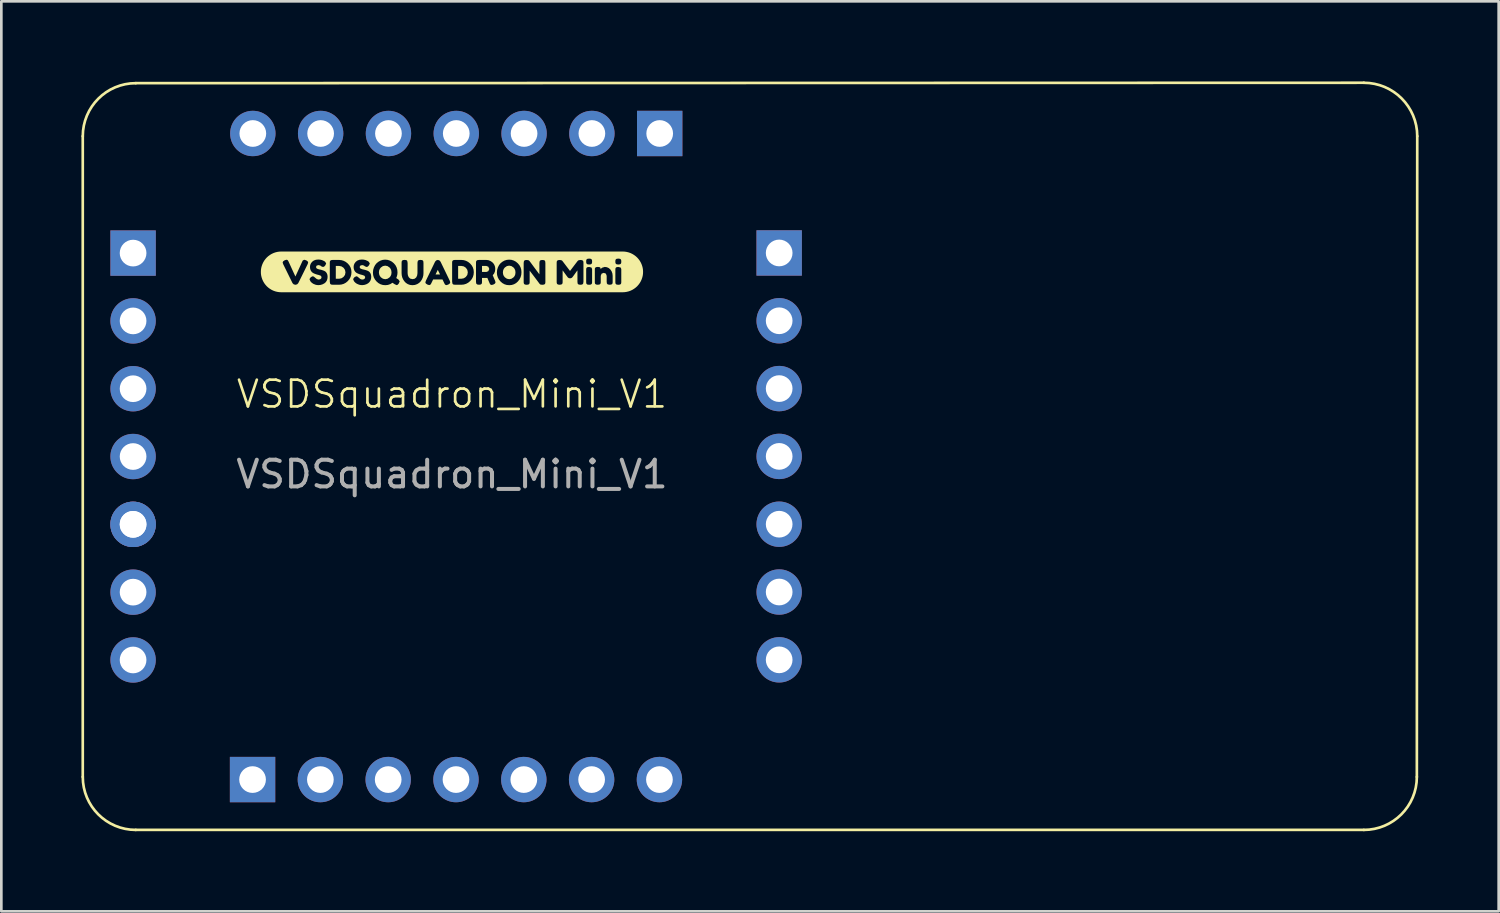
<source format=kicad_pcb>
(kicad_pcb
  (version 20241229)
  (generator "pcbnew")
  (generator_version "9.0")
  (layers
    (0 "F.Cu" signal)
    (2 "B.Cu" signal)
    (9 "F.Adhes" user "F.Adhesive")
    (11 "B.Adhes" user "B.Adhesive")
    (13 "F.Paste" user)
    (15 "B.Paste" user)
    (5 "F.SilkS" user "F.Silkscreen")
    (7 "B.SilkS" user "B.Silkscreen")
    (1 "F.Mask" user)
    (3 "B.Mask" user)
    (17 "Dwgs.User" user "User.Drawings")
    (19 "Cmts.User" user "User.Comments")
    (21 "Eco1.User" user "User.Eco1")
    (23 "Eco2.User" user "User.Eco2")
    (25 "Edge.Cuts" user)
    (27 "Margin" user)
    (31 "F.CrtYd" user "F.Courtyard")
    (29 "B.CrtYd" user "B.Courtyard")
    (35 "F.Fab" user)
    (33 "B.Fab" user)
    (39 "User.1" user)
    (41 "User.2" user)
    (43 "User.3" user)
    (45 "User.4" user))
  (footprint "VSDSquadron_Mini_V1"
    (layer "F.Cu")
    (at 13.879 12.214)
    (property "Reference" "VSDSquadron_Mini_V1" (at 0 -0.5 0) (unlocked yes) (layer "F.SilkS") (effects (font (size 1 1) (thickness 0.1))))
    (attr smd)
    (fp_line (start -13.829 -10.164) (end -13.829 13.836) (stroke (width 0.1) (type default)) (layer "F.SilkS"))
    (fp_line (start -11.844 15.821) (end 34.156 15.821) (stroke (width 0.1) (type default)) (layer "F.SilkS"))
    (fp_line (start 34.156 -12.164) (end -11.844 -12.149) (stroke (width 0.1) (type default)) (layer "F.SilkS"))
    (fp_line (start 36.141 13.836) (end 36.156 -10.164) (stroke (width 0.1) (type default)) (layer "F.SilkS"))
    (fp_arc (start -13.82851 -10.163567) (mid -13.247134 -11.567134) (end -11.843567 -12.14851) (stroke (width 0.1) (type default)) (layer "F.SilkS"))
    (fp_arc (start -11.843567 15.821376) (mid -13.247134 15.24) (end -13.82851 13.836433) (stroke (width 0.1) (type default)) (layer "F.SilkS"))
    (fp_arc (start 34.156433 -12.163567) (mid 35.570647 -11.577781) (end 36.156433 -10.163567) (stroke (width 0.1) (type default)) (layer "F.SilkS"))
    (fp_arc (start 36.141376 13.836433) (mid 35.56 15.24) (end 34.156433 15.821376) (stroke (width 0.1) (type default)) (layer "F.SilkS"))
    (fp_poly (pts (xy -0.531 -5.157) (xy -0.615 -4.983) (xy -0.446 -4.983) (xy -0.531 -5.157)) (stroke (width 0) (type solid)) (fill yes) (layer "F.SilkS"))
    (fp_poly (pts (xy 1.125 -5.078) (xy 1.288 -5.078) (xy 1.361 -5.106) (xy 1.398 -5.19) (xy 1.361 -5.274) (xy 1.285 -5.303) (xy 1.125 -5.303) (xy 1.125 -5.078)) (stroke (width 0) (type solid)) (fill yes) (layer "F.SilkS"))
    (fp_poly (pts (xy -4.229 -5.303) (xy -4.351 -5.303) (xy -4.351 -4.823) (xy -4.228 -4.823) (xy -4.141 -4.84) (xy -4.063 -4.891) (xy -4.007 -4.967) (xy -3.989 -5.062) (xy -4.007 -5.156) (xy -4.061 -5.234) (xy -4.139 -5.286) (xy -4.229 -5.303)) (stroke (width 0) (type solid)) (fill yes) (layer "F.SilkS"))
    (fp_poly (pts (xy 0.353 -5.303) (xy 0.231 -5.303) (xy 0.231 -4.823) (xy 0.354 -4.823) (xy 0.441 -4.84) (xy 0.519 -4.891) (xy 0.575 -4.967) (xy 0.593 -5.062) (xy 0.575 -5.156) (xy 0.521 -5.234) (xy 0.443 -5.286) (xy 0.353 -5.303)) (stroke (width 0) (type solid)) (fill yes) (layer "F.SilkS"))
    (fp_poly (pts (xy -2.736 -5.06) (xy -2.727 -4.99) (xy -2.703 -4.929) (xy -2.663 -4.877) (xy -2.585 -4.824) (xy -2.499 -4.806) (xy -2.414 -4.823) (xy -2.337 -4.875) (xy -2.297 -4.926) (xy -2.272 -4.987) (xy -2.264 -5.059) (xy -2.273 -5.131) (xy -2.297 -5.193) (xy -2.337 -5.244) (xy -2.415 -5.297) (xy -2.501 -5.314) (xy -2.586 -5.297) (xy -2.663 -5.244) (xy -2.703 -5.192) (xy -2.728 -5.131) (xy -2.736 -5.06)) (stroke (width 0) (type solid)) (fill yes) (layer "F.SilkS"))
    (fp_poly (pts (xy 1.908 -5.06) (xy 1.916 -4.99) (xy 1.94 -4.929) (xy 1.981 -4.877) (xy 2.058 -4.824) (xy 2.144 -4.806) (xy 2.229 -4.823) (xy 2.306 -4.875) (xy 2.347 -4.926) (xy 2.371 -4.987) (xy 2.379 -5.059) (xy 2.371 -5.131) (xy 2.346 -5.193) (xy 2.306 -5.244) (xy 2.228 -5.297) (xy 2.142 -5.314) (xy 2.057 -5.297) (xy 1.98 -5.244) (xy 1.94 -5.192) (xy 1.916 -5.131) (xy 1.908 -5.06)) (stroke (width 0) (type solid)) (fill yes) (layer "F.SilkS"))
    (fp_poly (pts (xy -6.342 -5.843) (xy -6.395 -5.843) (xy -6.47 -5.839) (xy -6.544 -5.828) (xy -6.617 -5.81) (xy -6.687 -5.785) (xy -6.755 -5.753) (xy -6.819 -5.714) (xy -6.879 -5.67) (xy -6.935 -5.62) (xy -6.985 -5.564) (xy -7.03 -5.504) (xy -7.068 -5.44) (xy -7.1 -5.372) (xy -7.125 -5.302) (xy -7.144 -5.229) (xy -7.155 -5.155) (xy -7.158 -5.08) (xy -7.155 -5.005) (xy -7.144 -4.931) (xy -7.125 -4.858) (xy -7.1 -4.788) (xy -7.068 -4.72) (xy -7.03 -4.656) (xy -6.985 -4.596) (xy -6.935 -4.54) (xy -6.879 -4.49) (xy -6.819 -4.446) (xy -6.755 -4.407) (xy -6.687 -4.375) (xy -6.617 -4.35) (xy -6.544 -4.332) (xy -6.47 -4.321) (xy -6.395 -4.317) (xy -6.342 -4.317) (xy -5.857 -4.317) (xy -5.857 -4.598) (xy -5.87 -4.598) (xy -5.93 -4.615) (xy -5.973 -4.66) (xy -6.323 -5.371) (xy -6.342 -5.432) (xy -6.324 -5.475) (xy -6.267 -5.514) (xy -6.203 -5.535) (xy -6.17 -5.53) (xy -6.148 -5.512) (xy -6.127 -5.479) (xy -6.11 -5.443) (xy -6.078 -5.373) (xy -6.037 -5.284) (xy -5.994 -5.189) (xy -5.95 -5.093) (xy -5.909 -5.004) (xy -5.877 -4.936) (xy -5.864 -4.907) (xy -5.61 -5.463) (xy -5.592 -5.501) (xy -5.536 -5.535) (xy -5.461 -5.514) (xy -5.405 -5.475) (xy -5.386 -5.432) (xy -5.405 -5.371) (xy -5.756 -4.66) (xy -5.798 -4.615) (xy -5.857 -4.598) (xy -5.857 -4.317) (xy -4.997 -4.317) (xy -4.997 -4.584) (xy -5.056 -4.588) (xy -5.11 -4.599) (xy -5.197 -4.635) (xy -5.254 -4.675) (xy -5.291 -4.714) (xy -5.302 -4.728) (xy -5.335 -4.801) (xy -5.322 -4.838) (xy -5.281 -4.886) (xy -5.213 -4.917) (xy -5.171 -4.901) (xy -5.114 -4.853) (xy -5.063 -4.812) (xy -5.003 -4.792) (xy -4.937 -4.803) (xy -4.898 -4.835) (xy -4.884 -4.889) (xy -4.917 -4.938) (xy -4.997 -4.966) (xy -5.048 -4.978) (xy -5.102 -4.995) (xy -5.156 -5.016) (xy -5.206 -5.041) (xy -5.25 -5.076) (xy -5.286 -5.126) (xy -5.311 -5.189) (xy -5.319 -5.265) (xy -5.31 -5.336) (xy -5.282 -5.401) (xy -5.236 -5.46) (xy -5.173 -5.506) (xy -5.098 -5.534) (xy -5.009 -5.543) (xy -4.936 -5.538) (xy -4.87 -5.523) (xy -4.783 -5.483) (xy -4.751 -5.459) (xy -4.712 -5.397) (xy -4.742 -5.327) (xy -4.786 -5.279) (xy -4.831 -5.264) (xy -4.897 -5.289) (xy -4.912 -5.302) (xy -4.931 -5.318) (xy -4.999 -5.335) (xy -5.068 -5.315) (xy -5.095 -5.26) (xy -5.063 -5.204) (xy -4.982 -5.175) (xy -4.932 -5.165) (xy -4.877 -5.151) (xy -4.822 -5.133) (xy -4.771 -5.112) (xy -4.727 -5.081) (xy -4.691 -5.033) (xy -4.666 -4.97) (xy -4.658 -4.894) (xy -4.667 -4.816) (xy -4.691 -4.749) (xy -4.729 -4.693) (xy -4.778 -4.651) (xy -4.848 -4.614) (xy -4.921 -4.592) (xy -4.997 -4.584) (xy -4.997 -4.317) (xy -4.232 -4.317) (xy -4.232 -4.598) (xy -4.464 -4.598) (xy -4.527 -4.606) (xy -4.561 -4.63) (xy -4.576 -4.711) (xy -4.576 -5.417) (xy -4.574 -5.462) (xy -4.562 -5.495) (xy -4.528 -5.52) (xy -4.463 -5.529) (xy -4.228 -5.528) (xy -4.139 -5.519) (xy -4.055 -5.494) (xy -3.977 -5.453) (xy -3.904 -5.395) (xy -3.843 -5.325) (xy -3.799 -5.247) (xy -3.773 -5.162) (xy -3.764 -5.069) (xy -3.773 -4.975) (xy -3.798 -4.889) (xy -3.841 -4.809) (xy -3.901 -4.736) (xy -3.973 -4.676) (xy -4.052 -4.633) (xy -4.138 -4.607) (xy -4.232 -4.598) (xy -4.232 -4.317) (xy -3.363 -4.317) (xy -3.363 -4.584) (xy -3.421 -4.588) (xy -3.476 -4.599) (xy -3.562 -4.635) (xy -3.619 -4.675) (xy -3.656 -4.714) (xy -3.668 -4.728) (xy -3.701 -4.801) (xy -3.687 -4.838) (xy -3.646 -4.886) (xy -3.579 -4.917) (xy -3.536 -4.901) (xy -3.48 -4.853) (xy -3.429 -4.812) (xy -3.368 -4.792) (xy -3.302 -4.803) (xy -3.263 -4.835) (xy -3.25 -4.889) (xy -3.282 -4.938) (xy -3.363 -4.966) (xy -3.413 -4.978) (xy -3.467 -4.995) (xy -3.521 -5.016) (xy -3.571 -5.041) (xy -3.616 -5.076) (xy -3.652 -5.126) (xy -3.676 -5.189) (xy -3.684 -5.265) (xy -3.675 -5.336) (xy -3.647 -5.401) (xy -3.601 -5.46) (xy -3.539 -5.506) (xy -3.463 -5.534) (xy -3.374 -5.543) (xy -3.302 -5.538) (xy -3.235 -5.523) (xy -3.148 -5.483) (xy -3.117 -5.459) (xy -3.077 -5.397) (xy -3.108 -5.327) (xy -3.152 -5.279) (xy -3.197 -5.264) (xy -3.263 -5.289) (xy -3.277 -5.302) (xy -3.297 -5.318) (xy -3.365 -5.335) (xy -3.433 -5.315) (xy -3.461 -5.26) (xy -3.428 -5.204) (xy -3.348 -5.175) (xy -3.297 -5.165) (xy -3.242 -5.151) (xy -3.187 -5.133) (xy -3.137 -5.112) (xy -3.093 -5.081) (xy -3.056 -5.033) (xy -3.032 -4.97) (xy -3.024 -4.894) (xy -3.032 -4.816) (xy -3.057 -4.749) (xy -3.095 -4.693) (xy -3.143 -4.651) (xy -3.213 -4.614) (xy -3.287 -4.592) (xy -3.363 -4.584) (xy -3.363 -4.317) (xy -2.493 -4.317) (xy -2.493 -4.582) (xy -2.588 -4.59) (xy -2.674 -4.616) (xy -2.754 -4.66) (xy -2.825 -4.721) (xy -2.884 -4.794) (xy -2.927 -4.874) (xy -2.952 -4.961) (xy -2.96 -5.054) (xy -2.951 -5.156) (xy -2.922 -5.251) (xy -2.878 -5.336) (xy -2.821 -5.406) (xy -2.752 -5.461) (xy -2.675 -5.504) (xy -2.591 -5.53) (xy -2.504 -5.539) (xy -2.414 -5.531) (xy -2.329 -5.505) (xy -2.25 -5.463) (xy -2.178 -5.403) (xy -2.117 -5.331) (xy -2.074 -5.249) (xy -2.048 -5.159) (xy -2.04 -5.059) (xy -2.045 -4.989) (xy -2.061 -4.919) (xy -2.087 -4.849) (xy -2.003 -4.792) (xy -1.957 -4.727) (xy -1.995 -4.64) (xy -2.034 -4.598) (xy -2.073 -4.584) (xy -2.146 -4.618) (xy -2.182 -4.642) (xy -2.228 -4.673) (xy -2.31 -4.622) (xy -2.398 -4.592) (xy -2.493 -4.582) (xy -2.493 -4.317) (xy -1.479 -4.317) (xy -1.479 -4.582) (xy -1.572 -4.592) (xy -1.655 -4.622) (xy -1.727 -4.669) (xy -1.784 -4.729) (xy -1.829 -4.798) (xy -1.862 -4.872) (xy -1.881 -4.951) (xy -1.887 -5.034) (xy -1.887 -5.416) (xy -1.885 -5.461) (xy -1.873 -5.495) (xy -1.839 -5.521) (xy -1.774 -5.529) (xy -1.709 -5.521) (xy -1.676 -5.495) (xy -1.661 -5.415) (xy -1.661 -5.034) (xy -1.652 -4.958) (xy -1.623 -4.886) (xy -1.566 -4.829) (xy -1.476 -4.808) (xy -1.395 -4.825) (xy -1.337 -4.876) (xy -1.303 -4.95) (xy -1.292 -5.035) (xy -1.292 -5.424) (xy -1.279 -5.493) (xy -1.242 -5.521) (xy -1.182 -5.529) (xy -1.124 -5.523) (xy -1.091 -5.507) (xy -1.074 -5.481) (xy -1.067 -5.415) (xy -1.067 -5.031) (xy -1.073 -4.949) (xy -1.093 -4.871) (xy -1.125 -4.797) (xy -1.171 -4.726) (xy -1.229 -4.668) (xy -1.302 -4.622) (xy -1.386 -4.592) (xy -1.479 -4.582) (xy -1.479 -4.317) (xy -0.205 -4.317) (xy -0.205 -4.584) (xy -0.246 -4.595) (xy -0.269 -4.62) (xy -0.288 -4.658) (xy -0.354 -4.795) (xy -0.706 -4.795) (xy -0.772 -4.658) (xy -0.792 -4.621) (xy -0.815 -4.597) (xy -0.855 -4.585) (xy -0.923 -4.607) (xy -0.979 -4.645) (xy -0.997 -4.688) (xy -0.975 -4.753) (xy -0.632 -5.463) (xy -0.59 -5.51) (xy -0.53 -5.528) (xy -0.47 -5.511) (xy -0.428 -5.462) (xy -0.085 -4.753) (xy -0.064 -4.688) (xy -0.082 -4.645) (xy -0.137 -4.606) (xy -0.205 -4.584) (xy -0.205 -4.317) (xy 0.351 -4.317) (xy 0.351 -4.598) (xy 0.118 -4.598) (xy 0.055 -4.606) (xy 0.022 -4.63) (xy 0.006 -4.711) (xy 0.006 -5.417) (xy 0.008 -5.462) (xy 0.02 -5.495) (xy 0.054 -5.52) (xy 0.119 -5.529) (xy 0.354 -5.528) (xy 0.444 -5.519) (xy 0.527 -5.494) (xy 0.606 -5.453) (xy 0.678 -5.395) (xy 0.739 -5.325) (xy 0.783 -5.247) (xy 0.809 -5.162) (xy 0.818 -5.069) (xy 0.809 -4.975) (xy 0.784 -4.889) (xy 0.741 -4.809) (xy 0.681 -4.736) (xy 0.609 -4.676) (xy 0.53 -4.633) (xy 0.444 -4.607) (xy 0.351 -4.598) (xy 0.351 -4.317) (xy 1.488 -4.317) (xy 1.488 -4.589) (xy 1.447 -4.601) (xy 1.424 -4.626) (xy 1.407 -4.662) (xy 1.374 -4.739) (xy 1.325 -4.856) (xy 1.285 -4.853) (xy 1.125 -4.853) (xy 1.125 -4.71) (xy 1.123 -4.666) (xy 1.111 -4.632) (xy 1.078 -4.607) (xy 1.012 -4.598) (xy 0.942 -4.61) (xy 0.908 -4.645) (xy 0.9 -4.711) (xy 0.9 -5.416) (xy 0.902 -5.46) (xy 0.914 -5.493) (xy 0.948 -5.519) (xy 1.013 -5.528) (xy 1.288 -5.528) (xy 1.362 -5.519) (xy 1.434 -5.492) (xy 1.505 -5.446) (xy 1.551 -5.4) (xy 1.589 -5.34) (xy 1.614 -5.269) (xy 1.622 -5.19) (xy 1.611 -5.1) (xy 1.579 -5.021) (xy 1.527 -4.954) (xy 1.549 -4.902) (xy 1.577 -4.835) (xy 1.613 -4.754) (xy 1.632 -4.688) (xy 1.612 -4.644) (xy 1.553 -4.607) (xy 1.488 -4.589) (xy 1.488 -4.317) (xy 2.146 -4.317) (xy 2.146 -4.582) (xy 2.053 -4.59) (xy 1.968 -4.616) (xy 1.889 -4.66) (xy 1.818 -4.721) (xy 1.759 -4.794) (xy 1.717 -4.874) (xy 1.691 -4.961) (xy 1.683 -5.054) (xy 1.692 -5.156) (xy 1.721 -5.251) (xy 1.765 -5.336) (xy 1.822 -5.406) (xy 1.891 -5.461) (xy 1.968 -5.504) (xy 2.052 -5.53) (xy 2.139 -5.539) (xy 2.23 -5.531) (xy 2.314 -5.505) (xy 2.393 -5.463) (xy 2.465 -5.403) (xy 2.526 -5.331) (xy 2.569 -5.251) (xy 2.595 -5.163) (xy 2.603 -5.066) (xy 2.595 -4.969) (xy 2.57 -4.88) (xy 2.529 -4.798) (xy 2.471 -4.723) (xy 2.402 -4.661) (xy 2.324 -4.617) (xy 2.239 -4.59) (xy 2.146 -4.582) (xy 2.146 -4.317) (xy 3.386 -4.317) (xy 3.386 -4.597) (xy 3.317 -4.604) (xy 3.285 -4.629) (xy 3.196 -4.748) (xy 3.117 -4.853) (xy 3.049 -4.943) (xy 2.991 -5.019) (xy 2.945 -5.08) (xy 2.91 -5.126) (xy 2.91 -4.709) (xy 2.908 -4.664) (xy 2.896 -4.631) (xy 2.862 -4.605) (xy 2.797 -4.597) (xy 2.733 -4.605) (xy 2.7 -4.631) (xy 2.688 -4.665) (xy 2.686 -4.71) (xy 2.686 -5.418) (xy 2.698 -5.489) (xy 2.734 -5.519) (xy 2.797 -5.526) (xy 2.857 -5.519) (xy 2.888 -5.504) (xy 2.917 -5.471) (xy 3.002 -5.356) (xy 3.076 -5.255) (xy 3.141 -5.168) (xy 3.195 -5.095) (xy 3.24 -5.035) (xy 3.275 -4.989) (xy 3.275 -5.418) (xy 3.287 -5.489) (xy 3.324 -5.519) (xy 3.384 -5.526) (xy 3.442 -5.52) (xy 3.475 -5.505) (xy 3.491 -5.478) (xy 3.499 -5.413) (xy 3.499 -4.709) (xy 3.497 -4.664) (xy 3.485 -4.631) (xy 3.451 -4.605) (xy 3.386 -4.597) (xy 3.386 -4.317) (xy 4.816 -4.317) (xy 4.816 -4.598) (xy 4.757 -4.604) (xy 4.724 -4.62) (xy 4.707 -4.645) (xy 4.7 -4.711) (xy 4.7 -5.137) (xy 4.661 -5.086) (xy 4.608 -5.011) (xy 4.558 -4.942) (xy 4.53 -4.904) (xy 4.507 -4.874) (xy 4.476 -4.851) (xy 4.423 -4.837) (xy 4.371 -4.85) (xy 4.337 -4.876) (xy 4.327 -4.89) (xy 4.289 -4.94) (xy 4.227 -5.025) (xy 4.169 -5.105) (xy 4.145 -5.137) (xy 4.145 -4.709) (xy 4.143 -4.665) (xy 4.131 -4.632) (xy 4.097 -4.607) (xy 4.032 -4.598) (xy 3.969 -4.607) (xy 3.936 -4.632) (xy 3.924 -4.665) (xy 3.922 -4.711) (xy 3.922 -5.416) (xy 3.924 -5.46) (xy 3.936 -5.493) (xy 3.97 -5.518) (xy 4.035 -5.526) (xy 4.094 -5.518) (xy 4.126 -5.501) (xy 4.134 -5.493) (xy 4.422 -5.115) (xy 4.503 -5.221) (xy 4.572 -5.312) (xy 4.63 -5.388) (xy 4.676 -5.448) (xy 4.71 -5.492) (xy 4.747 -5.518) (xy 4.813 -5.526) (xy 4.878 -5.518) (xy 4.911 -5.492) (xy 4.923 -5.458) (xy 4.925 -5.413) (xy 4.925 -4.709) (xy 4.913 -4.639) (xy 4.877 -4.606) (xy 4.816 -4.598) (xy 4.816 -4.317) (xy 5.137 -4.317) (xy 5.137 -4.597) (xy 5.073 -4.605) (xy 5.039 -4.631) (xy 5.029 -4.664) (xy 5.027 -4.709) (xy 5.027 -5.154) (xy 5.029 -5.198) (xy 5.039 -5.232) (xy 5.073 -5.257) (xy 5.138 -5.265) (xy 5.138 -5.356) (xy 5.074 -5.364) (xy 5.04 -5.391) (xy 5.029 -5.424) (xy 5.027 -5.468) (xy 5.029 -5.512) (xy 5.039 -5.544) (xy 5.073 -5.57) (xy 5.138 -5.578) (xy 5.203 -5.57) (xy 5.235 -5.544) (xy 5.247 -5.511) (xy 5.249 -5.467) (xy 5.247 -5.423) (xy 5.236 -5.39) (xy 5.202 -5.364) (xy 5.138 -5.356) (xy 5.138 -5.265) (xy 5.138 -5.265) (xy 5.225 -5.243) (xy 5.248 -5.189) (xy 5.249 -5.152) (xy 5.249 -4.707) (xy 5.247 -4.663) (xy 5.235 -4.63) (xy 5.202 -4.605) (xy 5.137 -4.597) (xy 5.137 -4.317) (xy 5.907 -4.317) (xy 5.907 -4.598) (xy 5.836 -4.61) (xy 5.803 -4.645) (xy 5.795 -4.71) (xy 5.795 -4.933) (xy 5.765 -5.015) (xy 5.685 -5.044) (xy 5.604 -5.013) (xy 5.573 -4.933) (xy 5.573 -4.709) (xy 5.571 -4.665) (xy 5.559 -4.632) (xy 5.526 -4.607) (xy 5.461 -4.598) (xy 5.397 -4.607) (xy 5.363 -4.632) (xy 5.352 -4.666) (xy 5.351 -4.71) (xy 5.351 -5.159) (xy 5.352 -5.202) (xy 5.364 -5.234) (xy 5.398 -5.258) (xy 5.462 -5.266) (xy 5.525 -5.259) (xy 5.558 -5.237) (xy 5.57 -5.185) (xy 5.593 -5.21) (xy 5.627 -5.237) (xy 5.723 -5.266) (xy 5.803 -5.255) (xy 5.873 -5.223) (xy 5.934 -5.169) (xy 5.981 -5.099) (xy 6.009 -5.02) (xy 6.019 -4.932) (xy 6.019 -4.709) (xy 6.017 -4.665) (xy 6.006 -4.632) (xy 5.972 -4.607) (xy 5.907 -4.598) (xy 5.907 -4.317) (xy 6.231 -4.317) (xy 6.231 -4.597) (xy 6.166 -4.605) (xy 6.133 -4.631) (xy 6.122 -4.664) (xy 6.12 -4.709) (xy 6.12 -5.154) (xy 6.122 -5.198) (xy 6.133 -5.232) (xy 6.166 -5.257) (xy 6.231 -5.265) (xy 6.231 -5.356) (xy 6.167 -5.364) (xy 6.133 -5.391) (xy 6.122 -5.424) (xy 6.12 -5.468) (xy 6.122 -5.512) (xy 6.133 -5.544) (xy 6.166 -5.57) (xy 6.232 -5.578) (xy 6.296 -5.57) (xy 6.328 -5.544) (xy 6.34 -5.511) (xy 6.342 -5.467) (xy 6.34 -5.423) (xy 6.329 -5.39) (xy 6.295 -5.364) (xy 6.231 -5.356) (xy 6.231 -5.265) (xy 6.232 -5.265) (xy 6.318 -5.243) (xy 6.341 -5.189) (xy 6.342 -5.152) (xy 6.342 -4.707) (xy 6.34 -4.663) (xy 6.328 -4.63) (xy 6.296 -4.605) (xy 6.231 -4.597) (xy 6.231 -4.317) (xy 6.342 -4.317) (xy 6.395 -4.317) (xy 6.47 -4.321) (xy 6.544 -4.332) (xy 6.617 -4.35) (xy 6.687 -4.375) (xy 6.755 -4.407) (xy 6.819 -4.446) (xy 6.879 -4.49) (xy 6.935 -4.54) (xy 6.985 -4.596) (xy 7.03 -4.656) (xy 7.068 -4.72) (xy 7.1 -4.788) (xy 7.125 -4.858) (xy 7.144 -4.931) (xy 7.155 -5.005) (xy 7.158 -5.08) (xy 7.155 -5.155) (xy 7.144 -5.229) (xy 7.125 -5.302) (xy 7.1 -5.372) (xy 7.068 -5.44) (xy 7.03 -5.504) (xy 6.985 -5.564) (xy 6.935 -5.62) (xy 6.879 -5.67) (xy 6.819 -5.714) (xy 6.755 -5.753) (xy 6.687 -5.785) (xy 6.617 -5.81) (xy 6.544 -5.828) (xy 6.47 -5.839) (xy 6.395 -5.843) (xy 6.342 -5.843) (xy -6.342 -5.843)) (stroke (width 0) (type solid)) (fill yes) (layer "F.SilkS"))
    (fp_text user "${REFERENCE}" (at 0 2.5 0) (unlocked yes) (layer "F.Fab") (effects (font (size 1 1) (thickness 0.15))))
    (pad "1" thru_hole rect (at -11.944 -5.784) (size 1.7 1.7) (drill 1) (layers "*.Cu" "*.Mask"))
    (pad "2" thru_hole oval (at -11.944 -3.244) (size 1.7 1.7) (drill 1) (layers "*.Cu" "*.Mask"))
    (pad "3" thru_hole oval (at -11.944 -0.704) (size 1.7 1.7) (drill 1) (layers "*.Cu" "*.Mask"))
    (pad "4" thru_hole oval (at -11.944 1.836) (size 1.7 1.7) (drill 1) (layers "*.Cu" "*.Mask"))
    (pad "5" thru_hole oval (at -11.944 4.376) (size 1.7 1.7) (drill 1) (layers "*.Cu" "*.Mask"))
    (pad "5" thru_hole oval (at -11.944 4.376) (size 1.7 1.7) (drill 1) (layers "*.Cu" "*.Mask"))
    (pad "6" thru_hole oval (at -11.944 6.916) (size 1.7 1.7) (drill 1) (layers "*.Cu" "*.Mask"))
    (pad "7" thru_hole oval (at -11.944 9.456) (size 1.7 1.7) (drill 1) (layers "*.Cu" "*.Mask"))
    (pad "8" thru_hole rect (at -7.469 13.936 90) (size 1.7 1.7) (drill 1) (layers "*.Cu" "*.Mask"))
    (pad "9" thru_hole oval (at -4.929 13.936 90) (size 1.7 1.7) (drill 1) (layers "*.Cu" "*.Mask"))
    (pad "10" thru_hole oval (at -2.389 13.936 90) (size 1.7 1.7) (drill 1) (layers "*.Cu" "*.Mask"))
    (pad "11" thru_hole oval (at 0.151 13.936 90) (size 1.7 1.7) (drill 1) (layers "*.Cu" "*.Mask"))
    (pad "12" thru_hole oval (at 2.691 13.936 90) (size 1.7 1.7) (drill 1) (layers "*.Cu" "*.Mask"))
    (pad "13" thru_hole oval (at 5.231 13.936 90) (size 1.7 1.7) (drill 1) (layers "*.Cu" "*.Mask"))
    (pad "14" thru_hole oval (at 7.771 13.936 90) (size 1.7 1.7) (drill 1) (layers "*.Cu" "*.Mask"))
    (pad "15" thru_hole oval (at 12.256 9.451) (size 1.7 1.7) (drill 1) (layers "*.Cu" "*.Mask"))
    (pad "16" thru_hole oval (at 12.256 6.911) (size 1.7 1.7) (drill 1) (layers "*.Cu" "*.Mask"))
    (pad "17" thru_hole oval (at 12.256 4.371) (size 1.7 1.7) (drill 1) (layers "*.Cu" "*.Mask"))
    (pad "18" thru_hole oval (at 12.256 1.831) (size 1.7 1.7) (drill 1) (layers "*.Cu" "*.Mask"))
    (pad "19" thru_hole oval (at 12.256 -0.709) (size 1.7 1.7) (drill 1) (layers "*.Cu" "*.Mask"))
    (pad "20" thru_hole oval (at 12.256 -3.249) (size 1.7 1.7) (drill 1) (layers "*.Cu" "*.Mask"))
    (pad "21" thru_hole rect (at 12.256 -5.789) (size 1.7 1.7) (drill 1) (layers "*.Cu" "*.Mask"))
    (pad "22" thru_hole rect (at 7.781 -10.264 270) (size 1.7 1.7) (drill 1) (layers "*.Cu" "*.Mask"))
    (pad "23" thru_hole oval (at 5.241 -10.264 270) (size 1.7 1.7) (drill 1) (layers "*.Cu" "*.Mask"))
    (pad "24" thru_hole oval (at 2.701 -10.264 270) (size 1.7 1.7) (drill 1) (layers "*.Cu" "*.Mask"))
    (pad "25" thru_hole oval (at 0.161 -10.264 270) (size 1.7 1.7) (drill 1) (layers "*.Cu" "*.Mask"))
    (pad "26" thru_hole oval (at -2.379 -10.264 270) (size 1.7 1.7) (drill 1) (layers "*.Cu" "*.Mask"))
    (pad "27" thru_hole oval (at -4.919 -10.264 270) (size 1.7 1.7) (drill 1) (layers "*.Cu" "*.Mask"))
    (pad "28" thru_hole oval (at -7.459 -10.264 270) (size 1.7 1.7) (drill 1) (layers "*.Cu" "*.Mask")))
  (gr_rect
    (start -3 -3)
    (end 53.085 31.085)
    (stroke (width 0.1) (type default))
    (fill no)
    (layer "Edge.Cuts")))
</source>
